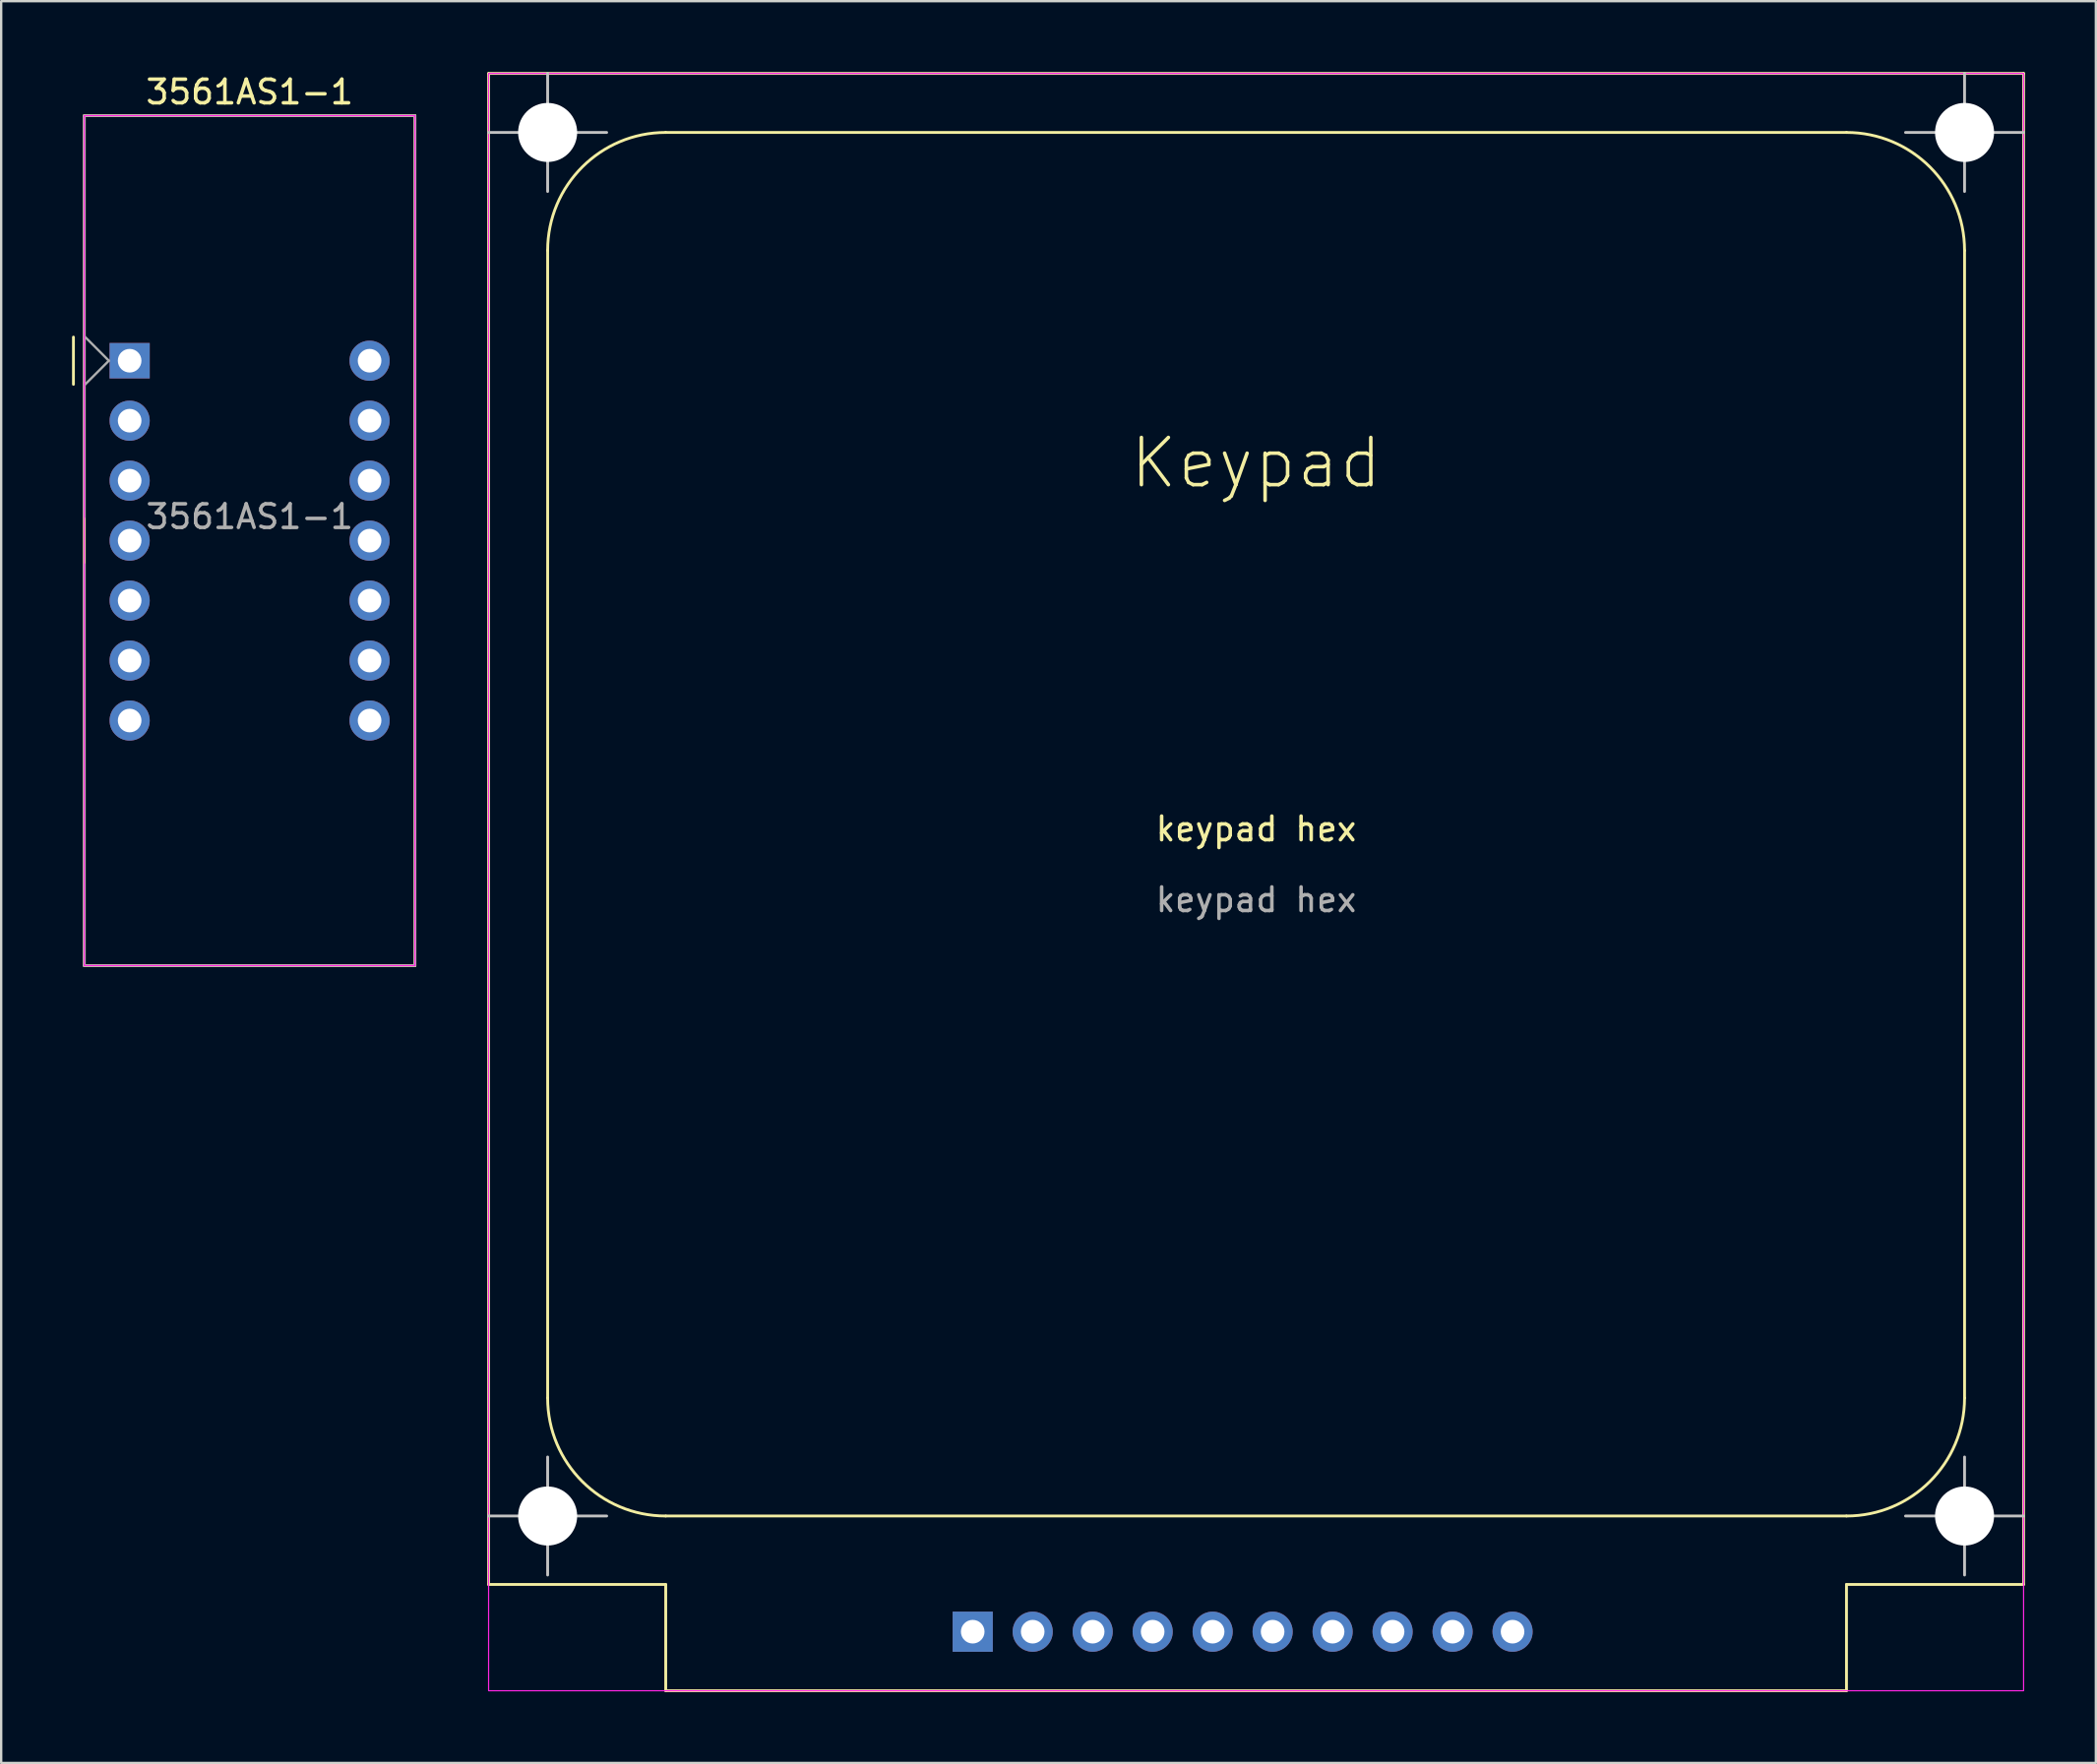
<source format=kicad_pcb>
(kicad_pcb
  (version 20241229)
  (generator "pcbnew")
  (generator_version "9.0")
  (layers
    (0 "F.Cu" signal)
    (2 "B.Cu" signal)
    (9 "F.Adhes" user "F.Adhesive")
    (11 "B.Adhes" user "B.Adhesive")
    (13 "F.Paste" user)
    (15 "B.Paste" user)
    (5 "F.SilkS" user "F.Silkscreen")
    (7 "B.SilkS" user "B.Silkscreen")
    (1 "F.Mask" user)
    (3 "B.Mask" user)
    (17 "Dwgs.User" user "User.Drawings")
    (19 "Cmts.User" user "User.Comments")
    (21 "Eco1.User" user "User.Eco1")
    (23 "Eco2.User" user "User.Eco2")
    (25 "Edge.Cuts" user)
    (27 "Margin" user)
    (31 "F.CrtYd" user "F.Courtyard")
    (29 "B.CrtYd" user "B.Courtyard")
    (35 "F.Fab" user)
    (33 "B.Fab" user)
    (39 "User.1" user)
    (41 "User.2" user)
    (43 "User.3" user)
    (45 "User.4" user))
  (footprint "keypad hex"
    (layer "F.Cu")
    (at 50.14 32.56)
    (property "Reference" "keypad hex" (at 0 -0.5 0) (unlocked yes) (layer "F.SilkS") (effects (font (size 1 1) (thickness 0.15))))
    (attr through_hole)
    (fp_line (start -32.5 -32.5) (end -32.5 31.5) (stroke (width 0.12) (type solid)) (layer "F.SilkS"))
    (fp_line (start -32.5 31.5) (end -25 31.5) (stroke (width 0.12) (type solid)) (layer "F.SilkS"))
    (fp_line (start -30 23.6) (end -30 -25) (stroke (width 0.12) (type solid)) (layer "F.SilkS"))
    (fp_line (start -25 -30) (end 25 -30) (stroke (width 0.12) (type solid)) (layer "F.SilkS"))
    (fp_line (start -25 31.5) (end -25 36) (stroke (width 0.12) (type solid)) (layer "F.SilkS"))
    (fp_line (start -25 36) (end 25 36) (stroke (width 0.12) (type solid)) (layer "F.SilkS"))
    (fp_line (start 25 28.6) (end -25 28.6) (stroke (width 0.12) (type solid)) (layer "F.SilkS"))
    (fp_line (start 25 31.5) (end 32.5 31.5) (stroke (width 0.12) (type solid)) (layer "F.SilkS"))
    (fp_line (start 25 36) (end 25 31.5) (stroke (width 0.12) (type solid)) (layer "F.SilkS"))
    (fp_line (start 30 -25) (end 30 23.6) (stroke (width 0.12) (type solid)) (layer "F.SilkS"))
    (fp_line (start 32.5 -32.5) (end -32.5 -32.5) (stroke (width 0.12) (type solid)) (layer "F.SilkS"))
    (fp_line (start 32.5 31.5) (end 32.5 -32.5) (stroke (width 0.12) (type solid)) (layer "F.SilkS"))
    (fp_arc (start -30 -25) (mid -28.535534 -28.535534) (end -25 -30) (stroke (width 0.12) (type solid)) (layer "F.SilkS"))
    (fp_arc (start -25 28.6) (mid -28.535534 27.135534) (end -30 23.6) (stroke (width 0.12) (type solid)) (layer "F.SilkS"))
    (fp_arc (start 25 -30) (mid 28.535534 -28.535534) (end 30 -25) (stroke (width 0.12) (type solid)) (layer "F.SilkS"))
    (fp_arc (start 30 23.6) (mid 28.535534 27.135534) (end 25 28.6) (stroke (width 0.12) (type solid)) (layer "F.SilkS"))
    (fp_line (start -32.5 -30) (end -27.5 -30) (stroke (width 0.12) (type solid)) (layer "Dwgs.User"))
    (fp_line (start -30 -32.5) (end -30 -27.5) (stroke (width 0.12) (type solid)) (layer "Dwgs.User"))
    (fp_line (start -30 26.1) (end -30 31.1) (stroke (width 0.12) (type solid)) (layer "Dwgs.User"))
    (fp_line (start -27.5 28.6) (end -32.5 28.6) (stroke (width 0.12) (type solid)) (layer "Dwgs.User"))
    (fp_line (start 27.5 -30) (end 32.5 -30) (stroke (width 0.12) (type solid)) (layer "Dwgs.User"))
    (fp_line (start 27.5 28.6) (end 32.5 28.6) (stroke (width 0.12) (type solid)) (layer "Dwgs.User"))
    (fp_line (start 30 -32.5) (end 30 -27.5) (stroke (width 0.12) (type solid)) (layer "Dwgs.User"))
    (fp_line (start 30 26.1) (end 30 31.1) (stroke (width 0.12) (type solid)) (layer "Dwgs.User"))
    (fp_rect (start 32.5 -32.5) (end -32.5 36) (stroke (width 0.05) (type solid)) (fill no) (layer "F.CrtYd"))
    (fp_text user "Keypad" (at 0 -16 0) (unlocked yes) (layer "F.SilkS") (effects (font (size 2 2) (thickness 0.15))))
    (fp_text user "${REFERENCE}" (at 0 2.5 0) (unlocked yes) (layer "F.Fab") (effects (font (size 1 1) (thickness 0.15))))
    (pad "" np_thru_hole circle (at -30 -30) (size 2.5 2.5) (drill 2.5) (layers "*.Cu" "*.Mask"))
    (pad "" np_thru_hole circle (at -30 28.6) (size 2.5 2.5) (drill 2.5) (layers "*.Cu" "*.Mask"))
    (pad "" np_thru_hole circle (at 30 -30) (size 2.5 2.5) (drill 2.5) (layers "*.Cu" "*.Mask"))
    (pad "" np_thru_hole circle (at 30 28.6) (size 2.5 2.5) (drill 2.5) (layers "*.Cu" "*.Mask"))
    (pad "1" thru_hole rect (at -12 33.5) (size 1.7 1.7) (drill 1) (layers "*.Cu" "*.Mask"))
    (pad "2" thru_hole circle (at -9.46 33.5) (size 1.7 1.7) (drill 1) (layers "*.Cu" "*.Mask"))
    (pad "3" thru_hole circle (at -6.92 33.5) (size 1.7 1.7) (drill 1) (layers "*.Cu" "*.Mask"))
    (pad "4" thru_hole circle (at -4.38 33.5) (size 1.7 1.7) (drill 1) (layers "*.Cu" "*.Mask"))
    (pad "5" thru_hole circle (at -1.84 33.5) (size 1.7 1.7) (drill 1) (layers "*.Cu" "*.Mask"))
    (pad "6" thru_hole circle (at 0.7 33.5) (size 1.7 1.7) (drill 1) (layers "*.Cu" "*.Mask"))
    (pad "7" thru_hole circle (at 3.24 33.5) (size 1.7 1.7) (drill 1) (layers "*.Cu" "*.Mask"))
    (pad "8" thru_hole circle (at 5.78 33.5) (size 1.7 1.7) (drill 1) (layers "*.Cu" "*.Mask"))
    (pad "9" thru_hole circle (at 8.32 33.5) (size 1.7 1.7) (drill 1) (layers "*.Cu" "*.Mask"))
    (pad "10" thru_hole circle (at 10.86 33.5) (size 1.7 1.7) (drill 1) (layers "*.Cu" "*.Mask")))
  (footprint "3561AS1-1"
    (layer "F.Cu")
    (at 2.44 12.228)
    (property "Reference" "3561AS1-1" (at 5.08 -11.38 0) (layer "F.SilkS") (effects (font (size 1 1) (thickness 0.15))))
    (attr through_hole)
    (fp_line (start -2.38 -1) (end -2.38 1) (stroke (width 0.12) (type solid)) (layer "F.SilkS"))
    (fp_line (start -1.92 -10.38) (end -1.92 25.62) (stroke (width 0.12) (type solid)) (layer "F.SilkS"))
    (fp_line (start -1.92 -10.38) (end 12.08 -10.38) (stroke (width 0.12) (type solid)) (layer "F.SilkS"))
    (fp_line (start -1.92 25.62) (end 12.08 25.62) (stroke (width 0.12) (type solid)) (layer "F.SilkS"))
    (fp_line (start 12.08 25.62) (end 12.08 -10.38) (stroke (width 0.12) (type solid)) (layer "F.SilkS"))
    (fp_line (start -1.92 -10.38) (end 12.08 -10.38) (stroke (width 0.05) (type solid)) (layer "F.CrtYd"))
    (fp_line (start -1.92 25.62) (end -1.92 -10.38) (stroke (width 0.05) (type solid)) (layer "F.CrtYd"))
    (fp_line (start 12.08 -10.38) (end 12.08 25.62) (stroke (width 0.05) (type solid)) (layer "F.CrtYd"))
    (fp_line (start 12.08 25.62) (end -1.92 25.62) (stroke (width 0.05) (type solid)) (layer "F.CrtYd"))
    (fp_line (start -1.92 -10.38) (end 12.08 -10.38) (stroke (width 0.1) (type solid)) (layer "F.Fab"))
    (fp_line (start -1.92 6.62) (end -1.92 -10.38) (stroke (width 0.1) (type solid)) (layer "F.Fab"))
    (fp_line (start -1.92 8.62) (end -1.92 25.62) (stroke (width 0.1) (type solid)) (layer "F.Fab"))
    (fp_line (start -1.92 25.62) (end 12.08 25.62) (stroke (width 0.1) (type solid)) (layer "F.Fab"))
    (fp_line (start -1.88 1) (end -0.88 0) (stroke (width 0.1) (type solid)) (layer "F.Fab"))
    (fp_line (start -0.88 0) (end -1.88 -1) (stroke (width 0.1) (type solid)) (layer "F.Fab"))
    (fp_line (start 12.08 -10.38) (end 12.08 25.62) (stroke (width 0.1) (type solid)) (layer "F.Fab"))
    (fp_text user "${REFERENCE}" (at 5.08 6.604 0) (layer "F.Fab") (effects (font (size 1 1) (thickness 0.15))))
    (pad "1" thru_hole rect (at 0 0) (size 1.7 1.5) (drill 1) (layers "*.Cu" "*.Mask"))
    (pad "2" thru_hole circle (at 0 2.54) (size 1.7 1.7) (drill 1) (layers "*.Cu" "*.Mask"))
    (pad "3" thru_hole circle (at 0 5.08) (size 1.7 1.7) (drill 1) (layers "*.Cu" "*.Mask"))
    (pad "4" thru_hole circle (at 0 7.62) (size 1.7 1.7) (drill 1) (layers "*.Cu" "*.Mask"))
    (pad "5" thru_hole circle (at 0 10.16) (size 1.7 1.7) (drill 1) (layers "*.Cu" "*.Mask"))
    (pad "6" thru_hole circle (at 0 12.7) (size 1.7 1.7) (drill 1) (layers "*.Cu" "*.Mask"))
    (pad "7" thru_hole circle (at 0 15.24) (size 1.7 1.7) (drill 1) (layers "*.Cu" "*.Mask"))
    (pad "8" thru_hole circle (at 10.16 15.24) (size 1.7 1.7) (drill 1) (layers "*.Cu" "*.Mask"))
    (pad "9" thru_hole circle (at 10.16 12.7) (size 1.7 1.7) (drill 1) (layers "*.Cu" "*.Mask"))
    (pad "10" thru_hole circle (at 10.16 10.16) (size 1.7 1.7) (drill 1) (layers "*.Cu" "*.Mask"))
    (pad "11" thru_hole circle (at 10.16 7.62) (size 1.7 1.7) (drill 1) (layers "*.Cu" "*.Mask"))
    (pad "12" thru_hole circle (at 10.16 5.08) (size 1.7 1.7) (drill 1) (layers "*.Cu" "*.Mask"))
    (pad "13" thru_hole circle (at 10.16 2.54) (size 1.7 1.7) (drill 1) (layers "*.Cu" "*.Mask"))
    (pad "14" thru_hole circle (at 10.16 0) (size 1.7 1.7) (drill 1) (layers "*.Cu" "*.Mask")))
  (gr_rect
    (start -3 -3)
    (end 85.7 71.62)
    (stroke (width 0.1) (type default))
    (fill no)
    (layer "Edge.Cuts")))
</source>
